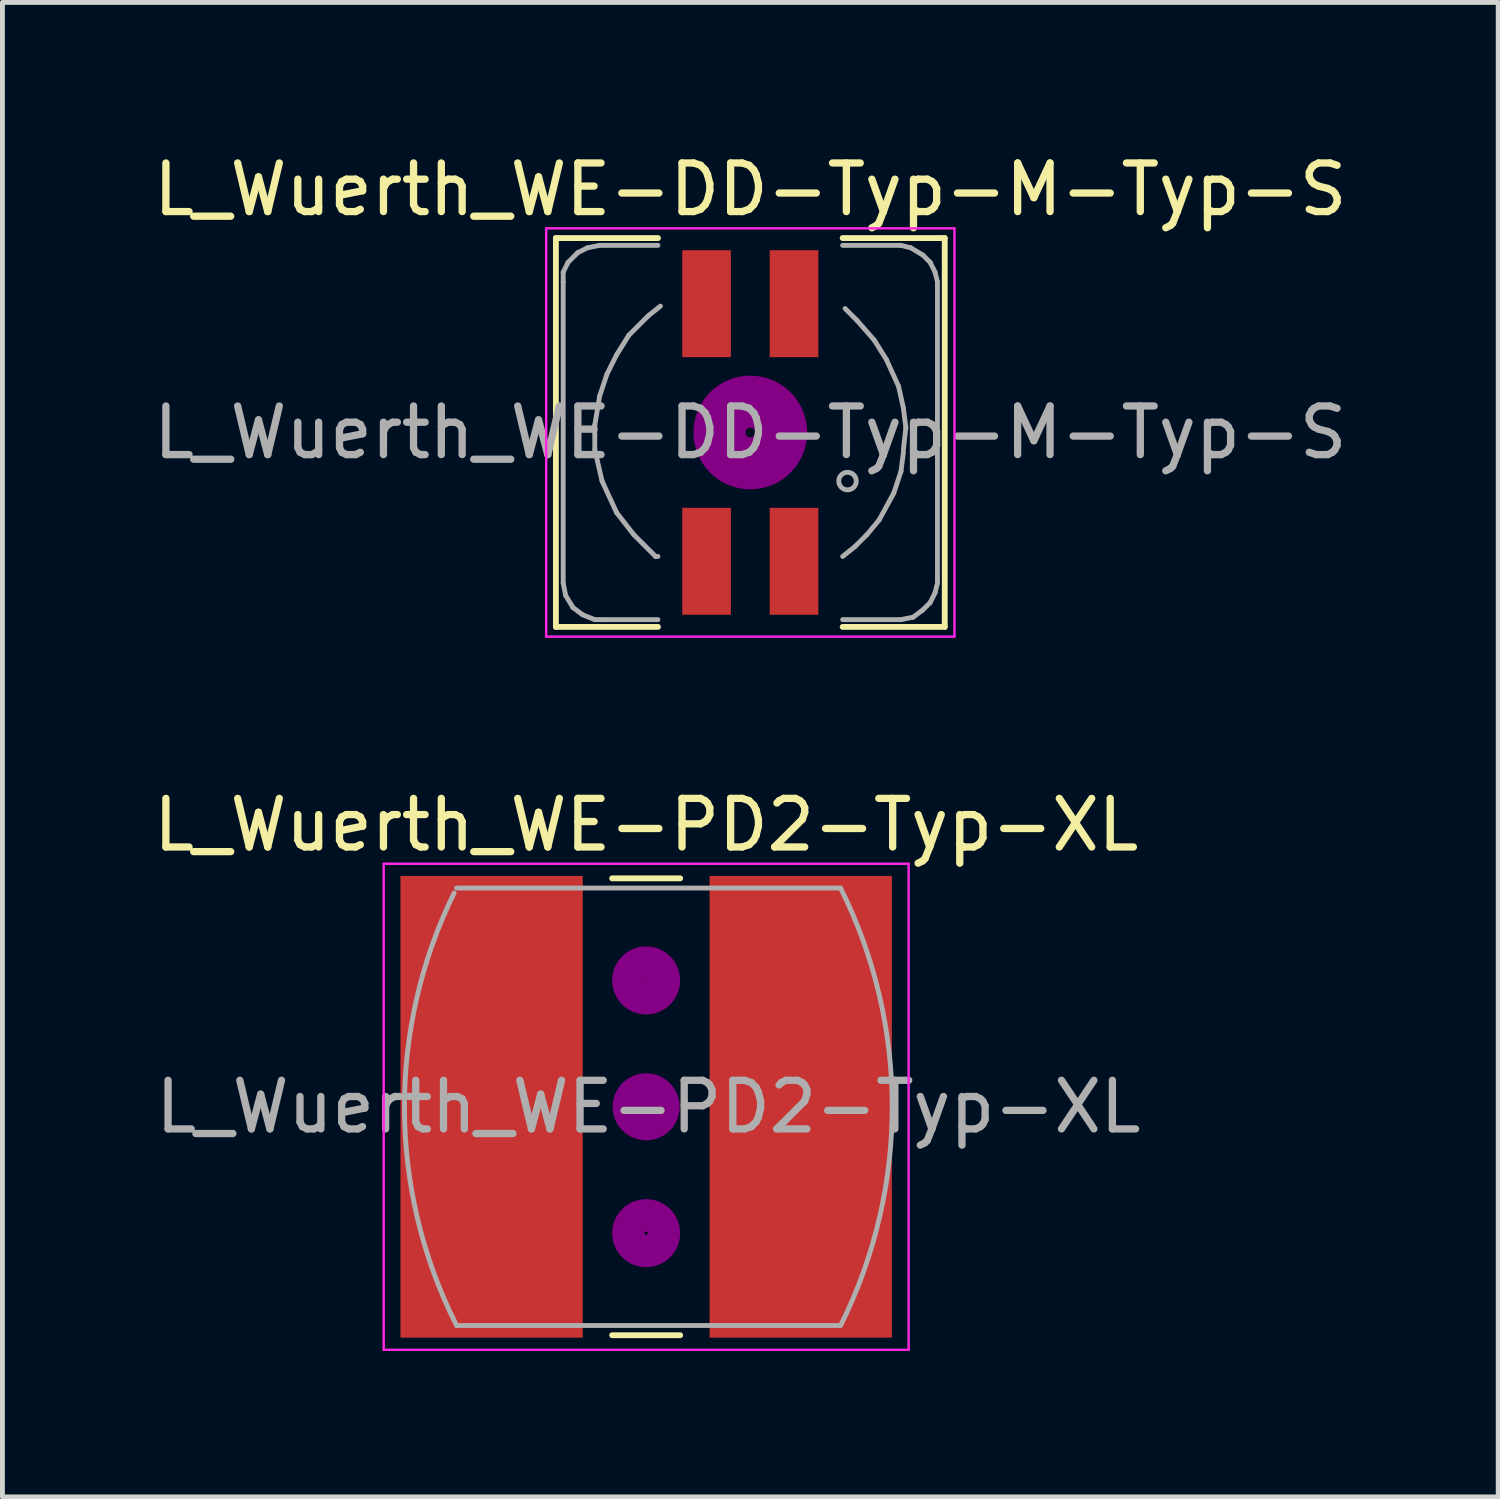
<source format=kicad_pcb>
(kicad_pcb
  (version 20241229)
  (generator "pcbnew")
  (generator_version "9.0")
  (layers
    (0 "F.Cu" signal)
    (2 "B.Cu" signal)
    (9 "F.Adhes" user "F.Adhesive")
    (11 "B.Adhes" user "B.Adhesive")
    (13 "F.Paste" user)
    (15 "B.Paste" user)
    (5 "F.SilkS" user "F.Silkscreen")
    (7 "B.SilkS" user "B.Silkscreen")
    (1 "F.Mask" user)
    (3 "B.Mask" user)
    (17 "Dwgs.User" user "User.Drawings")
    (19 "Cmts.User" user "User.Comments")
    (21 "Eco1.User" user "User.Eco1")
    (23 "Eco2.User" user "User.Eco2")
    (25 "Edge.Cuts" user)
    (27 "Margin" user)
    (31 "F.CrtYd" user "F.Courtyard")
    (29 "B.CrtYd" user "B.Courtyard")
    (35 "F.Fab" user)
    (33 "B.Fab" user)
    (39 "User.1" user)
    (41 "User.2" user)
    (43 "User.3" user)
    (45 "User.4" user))
  (footprint "L_Wuerth_WE-PD2-Typ-XL"
    (layer "F.Cu")
    (at 10.244 19.721)
    (property "Reference" "L_Wuerth_WE-PD2-Typ-XL" (at 0 -5.8 0) (layer "F.SilkS") (effects (font (size 1 1) (thickness 0.15))))
    (attr smd)
    (fp_line (start -0.7 -4.7) (end 0.7 -4.7) (stroke (width 0.12) (type solid)) (layer "F.SilkS"))
    (fp_line (start -0.7 4.7) (end 0.7 4.7) (stroke (width 0.12) (type solid)) (layer "F.SilkS"))
    (fp_circle (center 0 -2.6) (end 0.2 -2.6) (stroke (width 0.38) (type solid)) (fill no) (layer "F.Adhes"))
    (fp_circle (center 0 -2.6) (end 0.5 -2.5) (stroke (width 0.38) (type solid)) (fill no) (layer "F.Adhes"))
    (fp_circle (center 0 0) (end 0.2 0) (stroke (width 0.38) (type solid)) (fill no) (layer "F.Adhes"))
    (fp_circle (center 0 0) (end 0.5 0) (stroke (width 0.38) (type solid)) (fill no) (layer "F.Adhes"))
    (fp_circle (center 0 2.6) (end 0.1 2.8) (stroke (width 0.38) (type solid)) (fill no) (layer "F.Adhes"))
    (fp_circle (center 0 2.6) (end 0.5 2.7) (stroke (width 0.38) (type solid)) (fill no) (layer "F.Adhes"))
    (fp_line (start -5.4 -5) (end -5.4 5) (stroke (width 0.05) (type solid)) (layer "F.CrtYd"))
    (fp_line (start -5.4 5) (end 5.4 5) (stroke (width 0.05) (type solid)) (layer "F.CrtYd"))
    (fp_line (start 5.4 -5) (end -5.4 -5) (stroke (width 0.05) (type solid)) (layer "F.CrtYd"))
    (fp_line (start 5.4 5) (end 5.4 -5) (stroke (width 0.05) (type solid)) (layer "F.CrtYd"))
    (fp_line (start -3.9 4.5) (end 4 4.5) (stroke (width 0.1) (type solid)) (layer "F.Fab"))
    (fp_line (start 4 -4.5) (end -3.9 -4.5) (stroke (width 0.1) (type solid)) (layer "F.Fab"))
    (fp_arc (start -3.9 4.5) (mid -4.972806 0.056044) (end -3.950014 -4.399688) (stroke (width 0.1) (type solid)) (layer "F.Fab"))
    (fp_arc (start 4 -4.5) (mid 5.062299 -0.011424) (end 4.010195 4.479552) (stroke (width 0.1) (type solid)) (layer "F.Fab"))
    (fp_text user "${REFERENCE}" (at 0.045 0 0) (layer "F.Fab") (effects (font (size 1 1) (thickness 0.15))))
    (pad "1" smd rect (at -3.18 0) (size 3.75 9.5) (layers "F.Cu" "F.Mask" "F.Paste"))
    (pad "2" smd rect (at 3.18 0) (size 3.75 9.5) (layers "F.Cu" "F.Mask" "F.Paste")))
  (footprint "L_Wuerth_WE-DD-Typ-M-Typ-S"
    (layer "F.Cu")
    (at 12.387 5.848)
    (property "Reference" "L_Wuerth_WE-DD-Typ-M-Typ-S" (at 0 -5 0) (layer "F.SilkS") (effects (font (size 1 1) (thickness 0.15))))
    (attr smd)
    (fp_line (start -4 -4) (end -1.9 -4) (stroke (width 0.12) (type solid)) (layer "F.SilkS"))
    (fp_line (start -4 4) (end -4 -4) (stroke (width 0.12) (type solid)) (layer "F.SilkS"))
    (fp_line (start -1.9 4) (end -4 4) (stroke (width 0.12) (type solid)) (layer "F.SilkS"))
    (fp_line (start 1.9 -4) (end 4 -4) (stroke (width 0.12) (type solid)) (layer "F.SilkS"))
    (fp_line (start 4 -4) (end 4 4) (stroke (width 0.12) (type solid)) (layer "F.SilkS"))
    (fp_line (start 4 4) (end 1.9 4) (stroke (width 0.12) (type solid)) (layer "F.SilkS"))
    (fp_circle (center 0 0) (end 0.1 0) (stroke (width 0.3) (type solid)) (fill no) (layer "F.Adhes"))
    (fp_circle (center 0 0) (end 0.3 -0.1) (stroke (width 0.3) (type solid)) (fill no) (layer "F.Adhes"))
    (fp_circle (center 0 0) (end 0.6 0) (stroke (width 0.3) (type solid)) (fill no) (layer "F.Adhes"))
    (fp_circle (center 0 0) (end 0.8 -0.1) (stroke (width 0.3) (type solid)) (fill no) (layer "F.Adhes"))
    (fp_circle (center 0 0) (end 1 -0.2) (stroke (width 0.3) (type solid)) (fill no) (layer "F.Adhes"))
    (fp_circle (center 0.8 0) (end 0.8 0) (stroke (width 0.3) (type solid)) (fill no) (layer "F.Adhes"))
    (fp_line (start -4.2 -4.2) (end 4.2 -4.2) (stroke (width 0.05) (type solid)) (layer "F.CrtYd"))
    (fp_line (start -4.2 4.2) (end -4.2 -4.2) (stroke (width 0.05) (type solid)) (layer "F.CrtYd"))
    (fp_line (start 4.2 -4.2) (end 4.2 4.2) (stroke (width 0.05) (type solid)) (layer "F.CrtYd"))
    (fp_line (start 4.2 4.2) (end -4.2 4.2) (stroke (width 0.05) (type solid)) (layer "F.CrtYd"))
    (fp_line (start -3.85 -3.3) (end -3.85 -3.1) (stroke (width 0.1) (type solid)) (layer "F.Fab"))
    (fp_line (start -3.85 -3.1) (end -3.85 3.1) (stroke (width 0.1) (type solid)) (layer "F.Fab"))
    (fp_line (start -3.85 3.1) (end -3.8 3.35) (stroke (width 0.1) (type solid)) (layer "F.Fab"))
    (fp_line (start -3.8 3.35) (end -3.65 3.6) (stroke (width 0.1) (type solid)) (layer "F.Fab"))
    (fp_line (start -3.75 -3.5) (end -3.85 -3.3) (stroke (width 0.1) (type solid)) (layer "F.Fab"))
    (fp_line (start -3.65 3.6) (end -3.45 3.75) (stroke (width 0.1) (type solid)) (layer "F.Fab"))
    (fp_line (start -3.55 -3.7) (end -3.75 -3.5) (stroke (width 0.1) (type solid)) (layer "F.Fab"))
    (fp_line (start -3.45 3.75) (end -3.2 3.85) (stroke (width 0.1) (type solid)) (layer "F.Fab"))
    (fp_line (start -3.35 -3.8) (end -3.55 -3.7) (stroke (width 0.1) (type solid)) (layer "F.Fab"))
    (fp_line (start -3.2 -0.15) (end -3.2 0.35) (stroke (width 0.1) (type solid)) (layer "F.Fab"))
    (fp_line (start -3.2 0.35) (end -3.05 1) (stroke (width 0.1) (type solid)) (layer "F.Fab"))
    (fp_line (start -3.2 3.85) (end -3.1 3.85) (stroke (width 0.1) (type solid)) (layer "F.Fab"))
    (fp_line (start -3.1 -3.85) (end -3.35 -3.8) (stroke (width 0.1) (type solid)) (layer "F.Fab"))
    (fp_line (start -3.1 -0.75) (end -3.2 -0.15) (stroke (width 0.1) (type solid)) (layer "F.Fab"))
    (fp_line (start -3.1 3.85) (end -1.9 3.85) (stroke (width 0.1) (type solid)) (layer "F.Fab"))
    (fp_line (start -3.05 1) (end -2.75 1.65) (stroke (width 0.1) (type solid)) (layer "F.Fab"))
    (fp_line (start -2.95 -1.2) (end -3.1 -0.75) (stroke (width 0.1) (type solid)) (layer "F.Fab"))
    (fp_line (start -2.75 -1.6) (end -2.95 -1.2) (stroke (width 0.1) (type solid)) (layer "F.Fab"))
    (fp_line (start -2.75 1.65) (end -2.4 2.1) (stroke (width 0.1) (type solid)) (layer "F.Fab"))
    (fp_line (start -2.5 -2) (end -2.75 -1.6) (stroke (width 0.1) (type solid)) (layer "F.Fab"))
    (fp_line (start -2.4 2.1) (end -1.95 2.55) (stroke (width 0.1) (type solid)) (layer "F.Fab"))
    (fp_line (start -2.1 -2.4) (end -2.5 -2) (stroke (width 0.1) (type solid)) (layer "F.Fab"))
    (fp_line (start -1.95 2.55) (end -1.9 2.55) (stroke (width 0.1) (type solid)) (layer "F.Fab"))
    (fp_line (start -1.9 -3.85) (end -3.1 -3.85) (stroke (width 0.1) (type solid)) (layer "F.Fab"))
    (fp_line (start -1.85 -2.6) (end -2.1 -2.4) (stroke (width 0.1) (type solid)) (layer "F.Fab"))
    (fp_line (start 1.9 -3.85) (end 3.1 -3.85) (stroke (width 0.1) (type solid)) (layer "F.Fab"))
    (fp_line (start 1.95 -2.55) (end 2.2 -2.3) (stroke (width 0.1) (type solid)) (layer "F.Fab"))
    (fp_line (start 2.15 2.35) (end 1.9 2.55) (stroke (width 0.1) (type solid)) (layer "F.Fab"))
    (fp_line (start 2.2 -2.3) (end 2.55 -1.9) (stroke (width 0.1) (type solid)) (layer "F.Fab"))
    (fp_line (start 2.4 2.1) (end 2.15 2.35) (stroke (width 0.1) (type solid)) (layer "F.Fab"))
    (fp_line (start 2.55 -1.9) (end 2.8 -1.5) (stroke (width 0.1) (type solid)) (layer "F.Fab"))
    (fp_line (start 2.65 1.8) (end 2.4 2.1) (stroke (width 0.1) (type solid)) (layer "F.Fab"))
    (fp_line (start 2.8 -1.5) (end 3.05 -0.95) (stroke (width 0.1) (type solid)) (layer "F.Fab"))
    (fp_line (start 2.95 1.25) (end 2.65 1.8) (stroke (width 0.1) (type solid)) (layer "F.Fab"))
    (fp_line (start 3.05 -0.95) (end 3.15 -0.5) (stroke (width 0.1) (type solid)) (layer "F.Fab"))
    (fp_line (start 3.1 -3.85) (end 3.3 -3.8) (stroke (width 0.1) (type solid)) (layer "F.Fab"))
    (fp_line (start 3.1 0.8) (end 2.95 1.25) (stroke (width 0.1) (type solid)) (layer "F.Fab"))
    (fp_line (start 3.1 3.85) (end 1.9 3.85) (stroke (width 0.1) (type solid)) (layer "F.Fab"))
    (fp_line (start 3.15 -0.5) (end 3.2 -0.1) (stroke (width 0.1) (type solid)) (layer "F.Fab"))
    (fp_line (start 3.15 0.4) (end 3.1 0.8) (stroke (width 0.1) (type solid)) (layer "F.Fab"))
    (fp_line (start 3.2 -0.1) (end 3.15 0.35) (stroke (width 0.1) (type solid)) (layer "F.Fab"))
    (fp_line (start 3.3 -3.8) (end 3.55 -3.65) (stroke (width 0.1) (type solid)) (layer "F.Fab"))
    (fp_line (start 3.35 3.8) (end 3.1 3.85) (stroke (width 0.1) (type solid)) (layer "F.Fab"))
    (fp_line (start 3.55 -3.65) (end 3.7 -3.5) (stroke (width 0.1) (type solid)) (layer "F.Fab"))
    (fp_line (start 3.55 3.65) (end 3.35 3.8) (stroke (width 0.1) (type solid)) (layer "F.Fab"))
    (fp_line (start 3.7 -3.5) (end 3.8 -3.3) (stroke (width 0.1) (type solid)) (layer "F.Fab"))
    (fp_line (start 3.7 3.5) (end 3.55 3.65) (stroke (width 0.1) (type solid)) (layer "F.Fab"))
    (fp_line (start 3.8 -3.3) (end 3.85 -3.1) (stroke (width 0.1) (type solid)) (layer "F.Fab"))
    (fp_line (start 3.8 3.3) (end 3.7 3.5) (stroke (width 0.1) (type solid)) (layer "F.Fab"))
    (fp_line (start 3.85 -3.1) (end 3.85 3.1) (stroke (width 0.1) (type solid)) (layer "F.Fab"))
    (fp_line (start 3.85 3.1) (end 3.8 3.3) (stroke (width 0.1) (type solid)) (layer "F.Fab"))
    (fp_circle (center 2 1) (end 2.15 0.9) (stroke (width 0.1) (type solid)) (fill no) (layer "F.Fab"))
    (fp_text user "${REFERENCE}" (at 0 0 0) (layer "F.Fab") (effects (font (size 1 1) (thickness 0.15))))
    (pad "1" smd rect (at -0.9 2.65) (size 1 2.2) (layers "F.Cu" "F.Mask" "F.Paste"))
    (pad "2" smd rect (at -0.9 -2.65) (size 1 2.2) (layers "F.Cu" "F.Mask" "F.Paste"))
    (pad "3" smd rect (at 0.9 -2.65) (size 1 2.2) (layers "F.Cu" "F.Mask" "F.Paste"))
    (pad "4" smd rect (at 0.9 2.65) (size 1 2.2) (layers "F.Cu" "F.Mask" "F.Paste")))
  (gr_rect
    (start -3 -3)
    (end 27.774 27.747)
    (stroke (width 0.1) (type default))
    (fill no)
    (layer "Edge.Cuts")))
</source>
